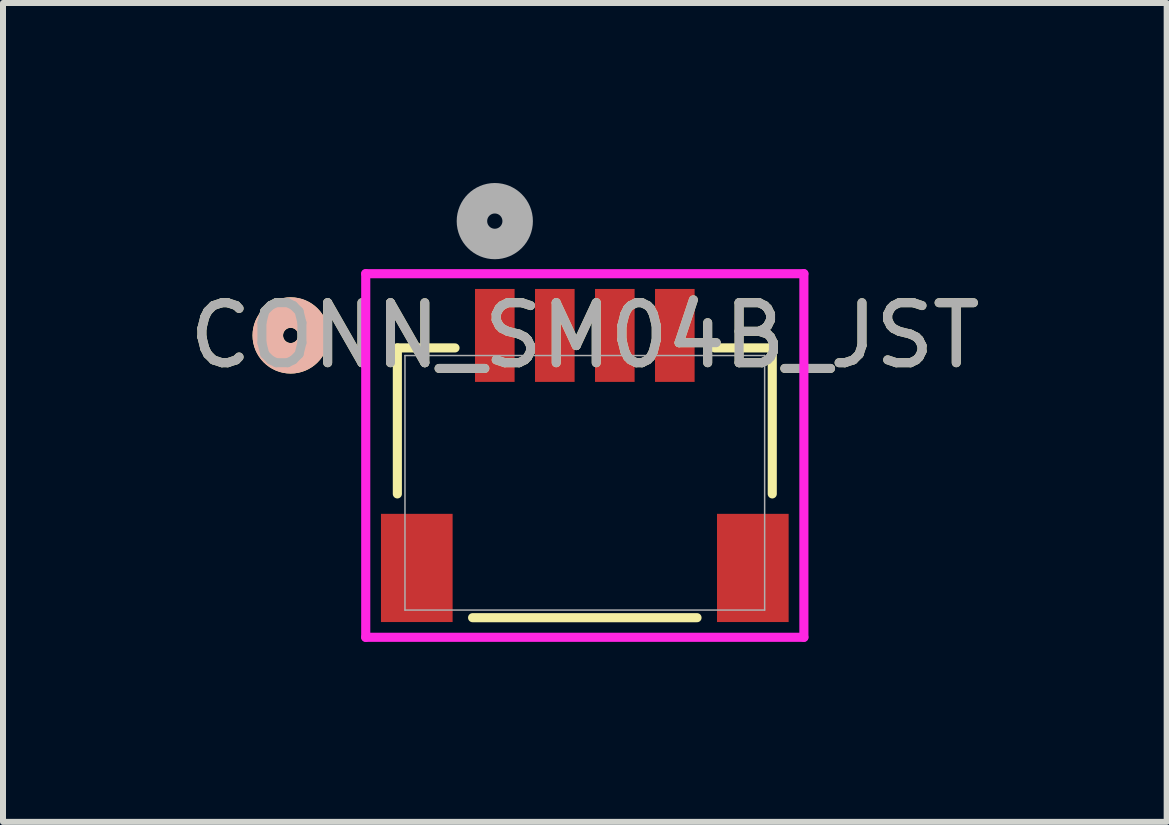
<source format=kicad_pcb>
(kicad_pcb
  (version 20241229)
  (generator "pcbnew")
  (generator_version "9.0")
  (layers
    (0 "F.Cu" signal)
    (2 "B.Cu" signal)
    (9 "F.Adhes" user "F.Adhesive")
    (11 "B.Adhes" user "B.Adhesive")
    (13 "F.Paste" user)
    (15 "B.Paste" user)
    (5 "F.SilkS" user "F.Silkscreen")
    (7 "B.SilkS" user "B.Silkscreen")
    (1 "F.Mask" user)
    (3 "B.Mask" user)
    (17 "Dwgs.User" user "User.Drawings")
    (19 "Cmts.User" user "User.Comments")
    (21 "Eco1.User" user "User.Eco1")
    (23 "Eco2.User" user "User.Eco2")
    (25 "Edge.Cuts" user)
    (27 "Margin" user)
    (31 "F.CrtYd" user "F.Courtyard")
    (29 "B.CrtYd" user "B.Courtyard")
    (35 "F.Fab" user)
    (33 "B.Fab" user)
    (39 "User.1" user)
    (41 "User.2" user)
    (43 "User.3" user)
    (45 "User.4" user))
  (footprint "CONN_SM04B_JST"
    (layer "F.Cu")
    (at 5.196 2.54)
    (property "Reference" "CONN_SM04B_JST" (at 1.5 0 0) (unlocked yes) (layer "F.SilkS") (effects (font (size 1 1) (thickness 0.15))))
    (attr smd)
    (fp_line (start -1.624 0.208) (end -1.624 2.641) (stroke (width 0.152) (type solid)) (layer "F.SilkS"))
    (fp_line (start -0.663 0.208) (end -1.624 0.208) (stroke (width 0.152) (type solid)) (layer "F.SilkS"))
    (fp_line (start -0.37 4.704) (end 3.37 4.704) (stroke (width 0.152) (type solid)) (layer "F.SilkS"))
    (fp_line (start 4.624 0.208) (end 3.663 0.208) (stroke (width 0.152) (type solid)) (layer "F.SilkS"))
    (fp_line (start 4.624 2.641) (end 4.624 0.208) (stroke (width 0.152) (type solid)) (layer "F.SilkS"))
    (fp_circle (center -3.402 0) (end -3.021 0) (stroke (width 0.508) (type solid)) (fill no) (layer "F.SilkS"))
    (fp_circle (center -3.402 0) (end -3.021 0) (stroke (width 0.508) (type solid)) (fill no) (layer "B.SilkS"))
    (fp_line (start -2.151 -1.029) (end -2.151 5.031) (stroke (width 0.152) (type solid)) (layer "F.CrtYd"))
    (fp_line (start -2.151 5.031) (end 5.151 5.031) (stroke (width 0.152) (type solid)) (layer "F.CrtYd"))
    (fp_line (start 5.151 -1.029) (end -2.151 -1.029) (stroke (width 0.152) (type solid)) (layer "F.CrtYd"))
    (fp_line (start 5.151 5.031) (end 5.151 -1.029) (stroke (width 0.152) (type solid)) (layer "F.CrtYd"))
    (fp_line (start -1.497 0.335) (end -1.497 4.577) (stroke (width 0.025) (type solid)) (layer "F.Fab"))
    (fp_line (start -1.497 4.577) (end 4.497 4.577) (stroke (width 0.025) (type solid)) (layer "F.Fab"))
    (fp_line (start 4.497 0.335) (end -1.497 0.335) (stroke (width 0.025) (type solid)) (layer "F.Fab"))
    (fp_line (start 4.497 4.577) (end 4.497 0.335) (stroke (width 0.025) (type solid)) (layer "F.Fab"))
    (fp_circle (center 0 -1.905) (end 0.381 -1.905) (stroke (width 0.508) (type solid)) (fill no) (layer "F.Fab"))
    (fp_text user "${REFERENCE}" (at 1.5 0 0) (unlocked yes) (layer "F.Fab") (effects (font (size 1 1) (thickness 0.15))))
    (pad "1" smd rect (at 0 0) (size 0.66 1.549) (layers "F.Cu" "F.Mask" "F.Paste"))
    (pad "2" smd rect (at 1 0) (size 0.66 1.549) (layers "F.Cu" "F.Mask" "F.Paste"))
    (pad "3" smd rect (at 2 0) (size 0.66 1.549) (layers "F.Cu" "F.Mask" "F.Paste"))
    (pad "4" smd rect (at 3 0) (size 0.66 1.549) (layers "F.Cu" "F.Mask" "F.Paste"))
    (pad "5" smd rect (at -1.3 3.875) (size 1.194 1.803) (layers "F.Cu" "F.Mask" "F.Paste"))
    (pad "6" smd rect (at 4.3 3.875) (size 1.194 1.803) (layers "F.Cu" "F.Mask" "F.Paste")))
  (gr_rect
    (start -3 -3)
    (end 16.393 10.647)
    (stroke (width 0.1) (type default))
    (fill no)
    (layer "Edge.Cuts")))
</source>
